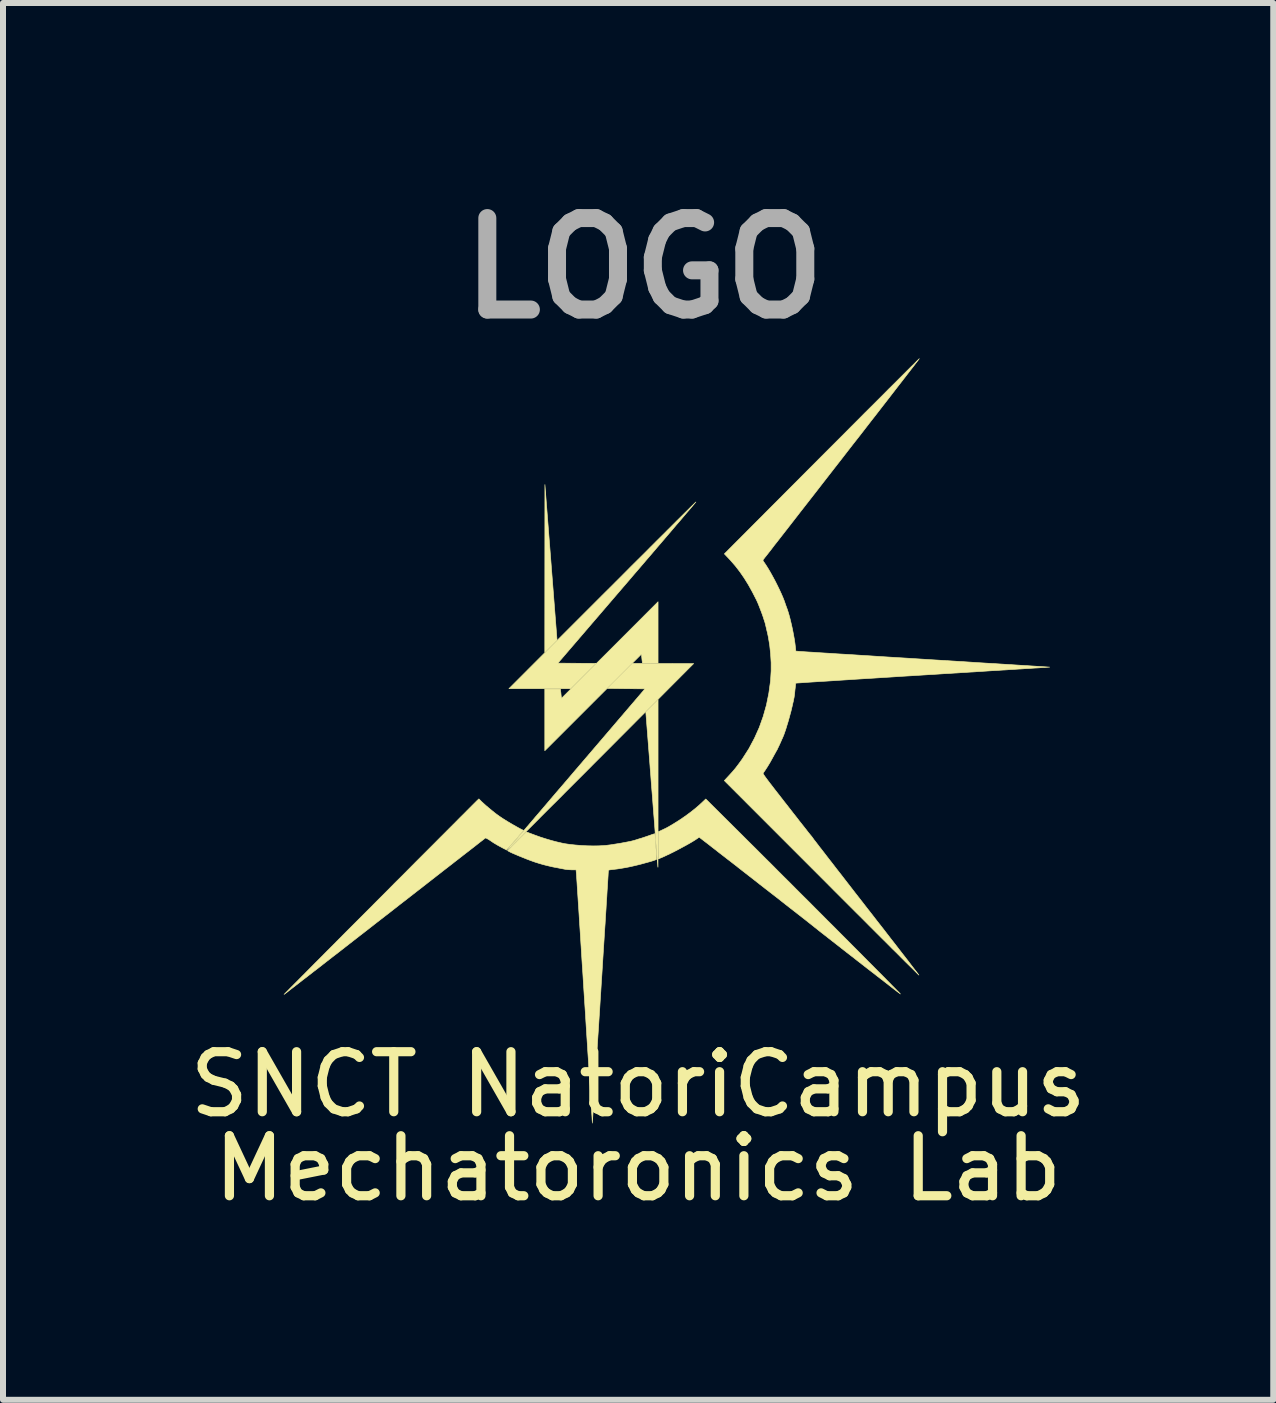
<source format=kicad_pcb>
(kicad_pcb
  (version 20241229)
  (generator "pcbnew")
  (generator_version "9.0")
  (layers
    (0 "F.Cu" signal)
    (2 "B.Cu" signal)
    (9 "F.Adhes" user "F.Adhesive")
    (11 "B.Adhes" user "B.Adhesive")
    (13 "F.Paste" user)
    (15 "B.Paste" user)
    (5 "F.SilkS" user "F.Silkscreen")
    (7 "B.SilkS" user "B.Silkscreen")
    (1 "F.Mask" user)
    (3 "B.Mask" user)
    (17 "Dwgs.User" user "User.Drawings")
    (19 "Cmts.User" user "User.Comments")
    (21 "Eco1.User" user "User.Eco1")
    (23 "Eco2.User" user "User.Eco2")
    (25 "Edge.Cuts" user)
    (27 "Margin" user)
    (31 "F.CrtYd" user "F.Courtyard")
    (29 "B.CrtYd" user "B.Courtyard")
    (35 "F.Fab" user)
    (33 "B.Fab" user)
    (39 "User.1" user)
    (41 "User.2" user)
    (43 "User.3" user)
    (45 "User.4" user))
  (footprint "LOGO"
    (layer "F.Cu")
    (at 7.682 9.418)
    (property "Reference" "LOGO" (at 0 -8 0) (layer "F.Fab") (effects (font (size 1.524 1.524) (thickness 0.3))))
    (attr through_hole)
    (fp_poly (pts (xy -1.552 -3.099) (xy -1.451 -1.804) (xy -1.655 -1.6) (xy -1.654 -2.997) (xy -1.653 -4.394) (xy -1.552 -3.099)) (stroke (width 0.01) (type solid)) (fill yes) (layer "F.SilkS"))
    (fp_poly (pts (xy 0.232 -1.422) (xy -0.028 -1.422) (xy -0.032 -1.45) (xy -0.035 -1.472) (xy -0.038 -1.501) (xy -0.04 -1.523) (xy -0.045 -1.569) (xy -0.85 -0.765) (xy -1.655 0.04) (xy -1.655 -0.987) (xy -1.395 -0.987) (xy -1.391 -0.953) (xy -1.387 -0.925) (xy -1.384 -0.892) (xy -1.382 -0.875) (xy -1.377 -0.833) (xy -0.572 -1.637) (xy 0.232 -2.442) (xy 0.232 -1.422)) (stroke (width 0.01) (type solid)) (fill yes) (layer "F.SilkS"))
    (fp_poly (pts (xy 0.232 0.586) (xy 0.232 0.727) (xy 0.232 0.864) (xy 0.232 0.997) (xy 0.232 1.124) (xy 0.232 1.246) (xy 0.232 1.36) (xy 0.232 1.467) (xy 0.232 1.566) (xy 0.232 1.656) (xy 0.231 1.737) (xy 0.231 1.807) (xy 0.231 1.867) (xy 0.231 1.915) (xy 0.231 1.95) (xy 0.231 1.972) (xy 0.23 1.981) (xy 0.23 1.981) (xy 0.229 1.974) (xy 0.227 1.954) (xy 0.225 1.922) (xy 0.221 1.879) (xy 0.217 1.828) (xy 0.212 1.768) (xy 0.207 1.701) (xy 0.201 1.63) (xy 0.198 1.584) (xy 0.193 1.523) (xy 0.187 1.45) (xy 0.181 1.365) (xy 0.174 1.27) (xy 0.166 1.167) (xy 0.157 1.056) (xy 0.148 0.939) (xy 0.139 0.819) (xy 0.129 0.696) (xy 0.119 0.571) (xy 0.11 0.447) (xy 0.1 0.324) (xy 0.098 0.291) (xy 0.028 -0.605) (xy 0.232 -0.809) (xy 0.232 0.586)) (stroke (width 0.01) (type solid)) (fill yes) (layer "F.SilkS"))
    (fp_poly (pts (xy 0.858 -4.099) (xy 0.844 -4.082) (xy 0.822 -4.056) (xy 0.792 -4.02) (xy 0.754 -3.975) (xy 0.708 -3.922) (xy 0.655 -3.86) (xy 0.596 -3.79) (xy 0.53 -3.714) (xy 0.459 -3.63) (xy 0.382 -3.54) (xy 0.301 -3.445) (xy 0.214 -3.344) (xy 0.124 -3.238) (xy 0.029 -3.128) (xy -0.068 -3.014) (xy -0.169 -2.897) (xy -0.272 -2.776) (xy -0.286 -2.76) (xy -1.437 -1.419) (xy -1.12 -1.417) (xy -0.802 -1.415) (xy -1.012 -1.205) (xy -1.223 -0.994) (xy -2.253 -0.994) (xy -0.697 -2.551) (xy -0.571 -2.676) (xy -0.448 -2.799) (xy -0.328 -2.919) (xy -0.212 -3.036) (xy -0.099 -3.148) (xy 0.01 -3.256) (xy 0.113 -3.36) (xy 0.212 -3.459) (xy 0.306 -3.552) (xy 0.393 -3.639) (xy 0.474 -3.72) (xy 0.549 -3.795) (xy 0.617 -3.862) (xy 0.677 -3.922) (xy 0.73 -3.974) (xy 0.774 -4.018) (xy 0.81 -4.053) (xy 0.837 -4.08) (xy 0.854 -4.097) (xy 0.862 -4.104) (xy 0.862 -4.104) (xy 0.858 -4.099)) (stroke (width 0.01) (type solid)) (fill yes) (layer "F.SilkS"))
    (fp_poly (pts (xy 0.317 -1.413) (xy 0.825 -1.412) (xy -0.73 0.149) (xy -0.856 0.275) (xy -0.978 0.398) (xy -1.098 0.518) (xy -1.215 0.635) (xy -1.327 0.747) (xy -1.435 0.856) (xy -1.539 0.959) (xy -1.638 1.058) (xy -1.731 1.151) (xy -1.818 1.239) (xy -1.899 1.32) (xy -1.974 1.394) (xy -2.041 1.462) (xy -2.102 1.522) (xy -2.154 1.574) (xy -2.198 1.618) (xy -2.234 1.653) (xy -2.261 1.679) (xy -2.278 1.696) (xy -2.285 1.703) (xy -2.286 1.704) (xy -2.281 1.698) (xy -2.267 1.681) (xy -2.245 1.655) (xy -2.215 1.618) (xy -2.176 1.573) (xy -2.13 1.519) (xy -2.078 1.457) (xy -2.018 1.387) (xy -1.953 1.31) (xy -1.881 1.226) (xy -1.805 1.136) (xy -1.723 1.041) (xy -1.636 0.939) (xy -1.546 0.833) (xy -1.452 0.723) (xy -1.354 0.609) (xy -1.253 0.491) (xy -1.15 0.37) (xy -1.136 0.354) (xy 0.014 -0.991) (xy -0.298 -0.994) (xy -0.61 -0.998) (xy -0.401 -1.207) (xy -0.192 -1.415) (xy 0.317 -1.413)) (stroke (width 0.01) (type solid)) (fill yes) (layer "F.SilkS"))
    (fp_poly (pts (xy 1.687 1.5) (xy 1.764 1.577) (xy 1.847 1.659) (xy 1.934 1.746) (xy 2.025 1.837) (xy 2.12 1.931) (xy 2.217 2.029) (xy 2.318 2.13) (xy 2.421 2.232) (xy 2.525 2.337) (xy 2.631 2.443) (xy 2.738 2.549) (xy 2.844 2.656) (xy 2.951 2.763) (xy 3.056 2.869) (xy 3.161 2.973) (xy 3.263 3.076) (xy 3.364 3.177) (xy 3.461 3.275) (xy 3.556 3.37) (xy 3.647 3.462) (xy 3.733 3.549) (xy 3.815 3.631) (xy 3.892 3.709) (xy 3.963 3.78) (xy 4.028 3.846) (xy 4.086 3.905) (xy 4.137 3.957) (xy 4.181 4.001) (xy 4.216 4.037) (xy 4.243 4.064) (xy 4.261 4.083) (xy 4.269 4.092) (xy 4.27 4.093) (xy 4.263 4.088) (xy 4.246 4.075) (xy 4.219 4.055) (xy 4.182 4.027) (xy 4.137 3.992) (xy 4.084 3.951) (xy 4.024 3.904) (xy 3.957 3.852) (xy 3.884 3.796) (xy 3.806 3.735) (xy 3.723 3.671) (xy 3.637 3.604) (xy 3.556 3.541) (xy 3.467 3.471) (xy 3.38 3.404) (xy 3.297 3.339) (xy 3.218 3.277) (xy 3.145 3.22) (xy 3.077 3.167) (xy 3.016 3.119) (xy 2.962 3.077) (xy 2.916 3.041) (xy 2.879 3.011) (xy 2.851 2.989) (xy 2.833 2.975) (xy 2.827 2.969) (xy 2.819 2.963) (xy 2.801 2.949) (xy 2.773 2.927) (xy 2.736 2.898) (xy 2.691 2.862) (xy 2.637 2.82) (xy 2.577 2.773) (xy 2.51 2.721) (xy 2.437 2.664) (xy 2.36 2.604) (xy 2.279 2.54) (xy 2.195 2.474) (xy 2.107 2.406) (xy 2.018 2.337) (xy 1.928 2.267) (xy 1.838 2.196) (xy 1.748 2.126) (xy 1.658 2.056) (xy 1.571 1.988) (xy 1.487 1.922) (xy 1.405 1.859) (xy 1.328 1.799) (xy 1.255 1.743) (xy 1.188 1.69) (xy 1.127 1.643) (xy 1.074 1.601) (xy 1.028 1.566) (xy 0.99 1.537) (xy 0.962 1.515) (xy 0.943 1.501) (xy 0.943 1.5) (xy 0.917 1.48) (xy 0.888 1.501) (xy 0.854 1.524) (xy 0.809 1.552) (xy 0.755 1.584) (xy 0.694 1.618) (xy 0.629 1.653) (xy 0.562 1.689) (xy 0.495 1.724) (xy 0.43 1.756) (xy 0.369 1.785) (xy 0.315 1.81) (xy 0.296 1.818) (xy 0.239 1.842) (xy 0.239 1.388) (xy 0.31 1.356) (xy 0.374 1.325) (xy 0.445 1.285) (xy 0.522 1.238) (xy 0.602 1.187) (xy 0.682 1.132) (xy 0.76 1.075) (xy 0.833 1.018) (xy 0.899 0.963) (xy 0.952 0.915) (xy 1.027 0.844) (xy 1.687 1.5)) (stroke (width 0.01) (type solid)) (fill yes) (layer "F.SilkS"))
    (fp_poly (pts (xy -2.732 0.864) (xy -2.707 0.889) (xy -2.673 0.92) (xy -2.633 0.956) (xy -2.588 0.994) (xy -2.543 1.031) (xy -2.499 1.067) (xy -2.46 1.097) (xy -2.407 1.135) (xy -2.344 1.177) (xy -2.273 1.221) (xy -2.199 1.265) (xy -2.123 1.308) (xy -2.078 1.333) (xy -2.011 1.368) (xy -2.149 1.53) (xy -2.184 1.571) (xy -2.217 1.608) (xy -2.245 1.64) (xy -2.268 1.665) (xy -2.285 1.682) (xy -2.293 1.691) (xy -2.294 1.691) (xy -2.303 1.688) (xy -2.322 1.678) (xy -2.348 1.665) (xy -2.379 1.648) (xy -2.383 1.646) (xy -2.422 1.625) (xy -2.452 1.608) (xy -2.475 1.594) (xy -2.496 1.582) (xy -2.518 1.568) (xy -2.543 1.551) (xy -2.569 1.533) (xy -2.601 1.513) (xy -2.625 1.5) (xy -2.64 1.494) (xy -2.645 1.494) (xy -2.651 1.499) (xy -2.668 1.512) (xy -2.696 1.534) (xy -2.734 1.563) (xy -2.782 1.601) (xy -2.838 1.645) (xy -2.904 1.696) (xy -2.978 1.753) (xy -3.06 1.817) (xy -3.149 1.886) (xy -3.245 1.961) (xy -3.347 2.04) (xy -3.456 2.125) (xy -3.57 2.214) (xy -3.689 2.307) (xy -3.813 2.403) (xy -3.941 2.503) (xy -4.073 2.605) (xy -4.208 2.711) (xy -4.323 2.8) (xy -4.461 2.907) (xy -4.595 3.012) (xy -4.727 3.114) (xy -4.854 3.213) (xy -4.977 3.309) (xy -5.095 3.401) (xy -5.208 3.488) (xy -5.316 3.572) (xy -5.417 3.651) (xy -5.512 3.724) (xy -5.599 3.792) (xy -5.68 3.854) (xy -5.752 3.91) (xy -5.816 3.96) (xy -5.871 4.002) (xy -5.917 4.038) (xy -5.953 4.066) (xy -5.979 4.086) (xy -5.994 4.097) (xy -5.999 4.1) (xy -5.994 4.095) (xy -5.979 4.08) (xy -5.955 4.056) (xy -5.922 4.022) (xy -5.881 3.98) (xy -5.83 3.929) (xy -5.772 3.871) (xy -5.707 3.805) (xy -5.634 3.732) (xy -5.555 3.652) (xy -5.469 3.565) (xy -5.377 3.473) (xy -5.28 3.375) (xy -5.177 3.272) (xy -5.07 3.164) (xy -4.958 3.051) (xy -4.842 2.935) (xy -4.722 2.815) (xy -4.599 2.692) (xy -4.474 2.566) (xy -4.414 2.506) (xy -4.286 2.378) (xy -4.162 2.252) (xy -4.039 2.13) (xy -3.921 2.011) (xy -3.806 1.895) (xy -3.695 1.784) (xy -3.588 1.677) (xy -3.486 1.575) (xy -3.39 1.478) (xy -3.299 1.387) (xy -3.214 1.302) (xy -3.136 1.224) (xy -3.065 1.152) (xy -3 1.088) (xy -2.944 1.031) (xy -2.896 0.983) (xy -2.856 0.943) (xy -2.825 0.912) (xy -2.803 0.89) (xy -2.791 0.878) (xy -2.789 0.876) (xy -2.753 0.842) (xy -2.732 0.864)) (stroke (width 0.01) (type solid)) (fill yes) (layer "F.SilkS"))
    (fp_poly (pts (xy -1.815 1.448) (xy -1.729 1.479) (xy -1.638 1.508) (xy -1.547 1.535) (xy -1.46 1.558) (xy -1.379 1.577) (xy -1.321 1.589) (xy -1.238 1.601) (xy -1.145 1.611) (xy -1.047 1.619) (xy -0.947 1.624) (xy -0.849 1.626) (xy -0.756 1.625) (xy -0.672 1.62) (xy -0.642 1.618) (xy -0.602 1.613) (xy -0.553 1.607) (xy -0.498 1.598) (xy -0.439 1.589) (xy -0.38 1.579) (xy -0.322 1.568) (xy -0.269 1.558) (xy -0.223 1.549) (xy -0.187 1.54) (xy -0.169 1.535) (xy -0.135 1.525) (xy -0.095 1.512) (xy -0.055 1.5) (xy -0.044 1.497) (xy -0.005 1.484) (xy 0.04 1.469) (xy 0.083 1.454) (xy 0.1 1.448) (xy 0.13 1.437) (xy 0.155 1.429) (xy 0.172 1.424) (xy 0.177 1.423) (xy 0.178 1.432) (xy 0.181 1.452) (xy 0.183 1.483) (xy 0.187 1.521) (xy 0.19 1.565) (xy 0.193 1.612) (xy 0.196 1.661) (xy 0.199 1.708) (xy 0.202 1.752) (xy 0.204 1.791) (xy 0.205 1.822) (xy 0.206 1.842) (xy 0.205 1.851) (xy 0.205 1.851) (xy 0.195 1.856) (xy 0.173 1.864) (xy 0.141 1.875) (xy 0.101 1.887) (xy 0.055 1.9) (xy 0.006 1.913) (xy -0.044 1.927) (xy -0.094 1.94) (xy -0.141 1.951) (xy -0.156 1.955) (xy -0.255 1.977) (xy -0.353 1.995) (xy -0.447 2.01) (xy -0.532 2.02) (xy -0.542 2.021) (xy -0.571 2.025) (xy -0.587 2.029) (xy -0.594 2.034) (xy -0.596 2.038) (xy -0.596 2.05) (xy -0.598 2.076) (xy -0.6 2.114) (xy -0.603 2.165) (xy -0.607 2.227) (xy -0.611 2.299) (xy -0.617 2.382) (xy -0.622 2.474) (xy -0.629 2.575) (xy -0.635 2.683) (xy -0.643 2.799) (xy -0.65 2.922) (xy -0.659 3.05) (xy -0.667 3.184) (xy -0.676 3.322) (xy -0.685 3.464) (xy -0.694 3.609) (xy -0.703 3.756) (xy -0.713 3.906) (xy -0.722 4.056) (xy -0.732 4.207) (xy -0.741 4.357) (xy -0.751 4.507) (xy -0.76 4.655) (xy -0.77 4.8) (xy -0.779 4.943) (xy -0.787 5.081) (xy -0.796 5.216) (xy -0.804 5.345) (xy -0.812 5.468) (xy -0.82 5.585) (xy -0.827 5.694) (xy -0.833 5.796) (xy -0.839 5.889) (xy -0.845 5.973) (xy -0.849 6.047) (xy -0.854 6.111) (xy -0.857 6.163) (xy -0.86 6.203) (xy -0.862 6.23) (xy -0.863 6.244) (xy -0.863 6.246) (xy -0.863 6.235) (xy -0.865 6.211) (xy -0.867 6.174) (xy -0.87 6.125) (xy -0.874 6.066) (xy -0.878 5.996) (xy -0.883 5.918) (xy -0.889 5.831) (xy -0.895 5.737) (xy -0.901 5.637) (xy -0.908 5.531) (xy -0.915 5.42) (xy -0.922 5.313) (xy -0.929 5.193) (xy -0.938 5.061) (xy -0.947 4.917) (xy -0.957 4.765) (xy -0.967 4.606) (xy -0.977 4.441) (xy -0.988 4.273) (xy -0.999 4.104) (xy -1.01 3.935) (xy -1.02 3.769) (xy -1.031 3.606) (xy -1.041 3.45) (xy -1.05 3.302) (xy -1.052 3.273) (xy -1.06 3.145) (xy -1.068 3.02) (xy -1.076 2.9) (xy -1.083 2.784) (xy -1.09 2.674) (xy -1.097 2.571) (xy -1.103 2.476) (xy -1.109 2.388) (xy -1.114 2.31) (xy -1.118 2.242) (xy -1.122 2.185) (xy -1.125 2.139) (xy -1.127 2.106) (xy -1.129 2.086) (xy -1.129 2.081) (xy -1.134 2.025) (xy -1.2 2.025) (xy -1.239 2.023) (xy -1.282 2.02) (xy -1.32 2.015) (xy -1.324 2.014) (xy -1.428 1.994) (xy -1.521 1.976) (xy -1.603 1.957) (xy -1.679 1.938) (xy -1.751 1.917) (xy -1.821 1.895) (xy -1.891 1.87) (xy -1.965 1.842) (xy -1.974 1.838) (xy -2.034 1.814) (xy -2.091 1.791) (xy -2.142 1.769) (xy -2.187 1.75) (xy -2.224 1.733) (xy -2.251 1.719) (xy -2.267 1.71) (xy -2.271 1.706) (xy -2.267 1.7) (xy -2.253 1.685) (xy -2.231 1.662) (xy -2.203 1.633) (xy -2.169 1.599) (xy -2.131 1.562) (xy -2.117 1.547) (xy -1.962 1.393) (xy -1.815 1.448)) (stroke (width 0.01) (type solid)) (fill yes) (layer "F.SilkS"))
    (fp_poly (pts (xy 4.58 -6.486) (xy 4.568 -6.469) (xy 4.547 -6.442) (xy 4.518 -6.404) (xy 4.482 -6.357) (xy 4.438 -6.301) (xy 4.388 -6.236) (xy 4.331 -6.162) (xy 4.268 -6.081) (xy 4.199 -5.992) (xy 4.125 -5.896) (xy 4.046 -5.794) (xy 3.962 -5.686) (xy 3.874 -5.572) (xy 3.781 -5.453) (xy 3.685 -5.329) (xy 3.586 -5.201) (xy 3.483 -5.07) (xy 3.378 -4.935) (xy 3.287 -4.817) (xy 3.18 -4.68) (xy 3.075 -4.545) (xy 2.973 -4.414) (xy 2.874 -4.286) (xy 2.778 -4.163) (xy 2.686 -4.045) (xy 2.597 -3.931) (xy 2.514 -3.824) (xy 2.435 -3.722) (xy 2.361 -3.627) (xy 2.293 -3.54) (xy 2.23 -3.459) (xy 2.173 -3.387) (xy 2.124 -3.322) (xy 2.081 -3.267) (xy 2.045 -3.221) (xy 2.016 -3.185) (xy 1.996 -3.159) (xy 1.984 -3.143) (xy 1.98 -3.139) (xy 1.981 -3.129) (xy 1.989 -3.113) (xy 1.997 -3.102) (xy 2.027 -3.058) (xy 2.062 -3.003) (xy 2.1 -2.939) (xy 2.139 -2.869) (xy 2.179 -2.795) (xy 2.217 -2.72) (xy 2.253 -2.646) (xy 2.286 -2.575) (xy 2.314 -2.51) (xy 2.336 -2.454) (xy 2.344 -2.431) (xy 2.355 -2.398) (xy 2.367 -2.365) (xy 2.377 -2.338) (xy 2.379 -2.333) (xy 2.393 -2.293) (xy 2.409 -2.241) (xy 2.426 -2.18) (xy 2.443 -2.111) (xy 2.46 -2.038) (xy 2.476 -1.963) (xy 2.49 -1.889) (xy 2.503 -1.817) (xy 2.513 -1.75) (xy 2.52 -1.691) (xy 2.522 -1.676) (xy 2.527 -1.62) (xy 2.564 -1.617) (xy 2.574 -1.616) (xy 2.599 -1.614) (xy 2.636 -1.612) (xy 2.686 -1.608) (xy 2.749 -1.604) (xy 2.823 -1.6) (xy 2.908 -1.594) (xy 3.003 -1.588) (xy 3.108 -1.582) (xy 3.222 -1.574) (xy 3.345 -1.567) (xy 3.476 -1.559) (xy 3.614 -1.55) (xy 3.76 -1.541) (xy 3.911 -1.531) (xy 4.068 -1.521) (xy 4.231 -1.511) (xy 4.398 -1.501) (xy 4.568 -1.49) (xy 4.679 -1.483) (xy 6.756 -1.353) (xy 4.644 -1.221) (xy 4.47 -1.21) (xy 4.299 -1.2) (xy 4.134 -1.189) (xy 3.973 -1.179) (xy 3.817 -1.169) (xy 3.668 -1.16) (xy 3.525 -1.151) (xy 3.389 -1.142) (xy 3.261 -1.134) (xy 3.141 -1.126) (xy 3.031 -1.119) (xy 2.929 -1.113) (xy 2.838 -1.107) (xy 2.757 -1.102) (xy 2.688 -1.097) (xy 2.63 -1.093) (xy 2.585 -1.09) (xy 2.552 -1.088) (xy 2.533 -1.086) (xy 2.528 -1.086) (xy 2.526 -1.078) (xy 2.523 -1.058) (xy 2.52 -1.029) (xy 2.516 -0.994) (xy 2.514 -0.979) (xy 2.51 -0.939) (xy 2.507 -0.907) (xy 2.503 -0.878) (xy 2.499 -0.85) (xy 2.493 -0.82) (xy 2.486 -0.785) (xy 2.476 -0.743) (xy 2.464 -0.689) (xy 2.46 -0.675) (xy 2.448 -0.622) (xy 2.432 -0.564) (xy 2.415 -0.501) (xy 2.397 -0.438) (xy 2.378 -0.377) (xy 2.361 -0.32) (xy 2.344 -0.271) (xy 2.33 -0.231) (xy 2.322 -0.211) (xy 2.309 -0.18) (xy 2.293 -0.145) (xy 2.276 -0.106) (xy 2.259 -0.068) (xy 2.242 -0.032) (xy 2.227 -0.001) (xy 2.216 0.023) (xy 2.208 0.037) (xy 2.207 0.039) (xy 2.201 0.048) (xy 2.191 0.067) (xy 2.175 0.095) (xy 2.157 0.128) (xy 2.144 0.152) (xy 2.102 0.228) (xy 2.057 0.303) (xy 2.011 0.374) (xy 1.985 0.41) (xy 1.983 0.413) (xy 1.983 0.418) (xy 1.985 0.423) (xy 1.989 0.432) (xy 1.996 0.444) (xy 2.006 0.459) (xy 2.021 0.48) (xy 2.04 0.506) (xy 2.064 0.538) (xy 2.093 0.577) (xy 2.129 0.623) (xy 2.171 0.678) (xy 2.221 0.742) (xy 2.278 0.815) (xy 2.343 0.899) (xy 2.367 0.929) (xy 2.426 1.005) (xy 2.482 1.077) (xy 2.536 1.145) (xy 2.585 1.209) (xy 2.631 1.267) (xy 2.672 1.319) (xy 2.707 1.363) (xy 2.735 1.4) (xy 2.757 1.427) (xy 2.771 1.444) (xy 2.777 1.451) (xy 2.792 1.469) (xy 2.808 1.491) (xy 2.81 1.494) (xy 2.816 1.502) (xy 2.83 1.522) (xy 2.853 1.551) (xy 2.883 1.59) (xy 2.92 1.639) (xy 2.965 1.696) (xy 3.015 1.761) (xy 3.071 1.834) (xy 3.133 1.913) (xy 3.199 1.999) (xy 3.271 2.091) (xy 3.346 2.188) (xy 3.425 2.29) (xy 3.507 2.396) (xy 3.592 2.505) (xy 3.68 2.618) (xy 3.703 2.648) (xy 3.791 2.76) (xy 3.876 2.87) (xy 3.959 2.976) (xy 4.038 3.078) (xy 4.113 3.175) (xy 4.185 3.267) (xy 4.251 3.353) (xy 4.313 3.433) (xy 4.37 3.506) (xy 4.42 3.571) (xy 4.464 3.629) (xy 4.502 3.678) (xy 4.533 3.718) (xy 4.556 3.748) (xy 4.571 3.768) (xy 4.577 3.777) (xy 4.578 3.778) (xy 4.572 3.773) (xy 4.557 3.758) (xy 4.533 3.734) (xy 4.499 3.7) (xy 4.457 3.658) (xy 4.406 3.608) (xy 4.347 3.55) (xy 4.281 3.484) (xy 4.208 3.41) (xy 4.127 3.331) (xy 4.041 3.244) (xy 3.948 3.152) (xy 3.85 3.054) (xy 3.747 2.951) (xy 3.639 2.842) (xy 3.526 2.73) (xy 3.409 2.613) (xy 3.289 2.493) (xy 3.165 2.369) (xy 3.039 2.242) (xy 2.956 2.159) (xy 1.336 0.538) (xy 1.403 0.466) (xy 1.457 0.407) (xy 1.504 0.353) (xy 1.546 0.3) (xy 1.587 0.245) (xy 1.631 0.184) (xy 1.64 0.171) (xy 1.746 0.005) (xy 1.838 -0.168) (xy 1.918 -0.346) (xy 1.984 -0.531) (xy 2.038 -0.722) (xy 2.078 -0.92) (xy 2.106 -1.124) (xy 2.108 -1.154) (xy 2.116 -1.288) (xy 2.116 -1.429) (xy 2.107 -1.574) (xy 2.092 -1.718) (xy 2.069 -1.856) (xy 2.054 -1.927) (xy 2.045 -1.962) (xy 2.036 -2.003) (xy 2.026 -2.044) (xy 2.024 -2.054) (xy 2.014 -2.093) (xy 1.998 -2.142) (xy 1.98 -2.198) (xy 1.959 -2.257) (xy 1.936 -2.317) (xy 1.914 -2.374) (xy 1.893 -2.425) (xy 1.874 -2.467) (xy 1.872 -2.471) (xy 1.803 -2.606) (xy 1.735 -2.728) (xy 1.666 -2.839) (xy 1.594 -2.943) (xy 1.519 -3.04) (xy 1.439 -3.132) (xy 1.396 -3.178) (xy 1.337 -3.24) (xy 2.959 -4.868) (xy 3.087 -4.996) (xy 3.213 -5.122) (xy 3.336 -5.245) (xy 3.455 -5.365) (xy 3.57 -5.48) (xy 3.681 -5.592) (xy 3.788 -5.698) (xy 3.89 -5.8) (xy 3.986 -5.896) (xy 4.076 -5.987) (xy 4.161 -6.071) (xy 4.239 -6.149) (xy 4.31 -6.22) (xy 4.374 -6.284) (xy 4.43 -6.34) (xy 4.478 -6.387) (xy 4.518 -6.427) (xy 4.548 -6.457) (xy 4.57 -6.478) (xy 4.582 -6.49) (xy 4.585 -6.492) (xy 4.58 -6.486)) (stroke (width 0.01) (type solid)) (fill yes) (layer "F.SilkS"))
    (fp_text user "SNCT NatoriCampus" (at -0.1 5.6 0) (layer "F.SilkS") (effects (font (size 1 1) (thickness 0.153))))
    (fp_text user "Mechatoronics Lab" (at -0.1 7 0) (layer "F.SilkS") (effects (font (size 1 1) (thickness 0.153)))))
  (gr_rect
    (start -3 -3)
    (end 18.164 20.272)
    (stroke (width 0.1) (type default))
    (fill no)
    (layer "Edge.Cuts")))
</source>
